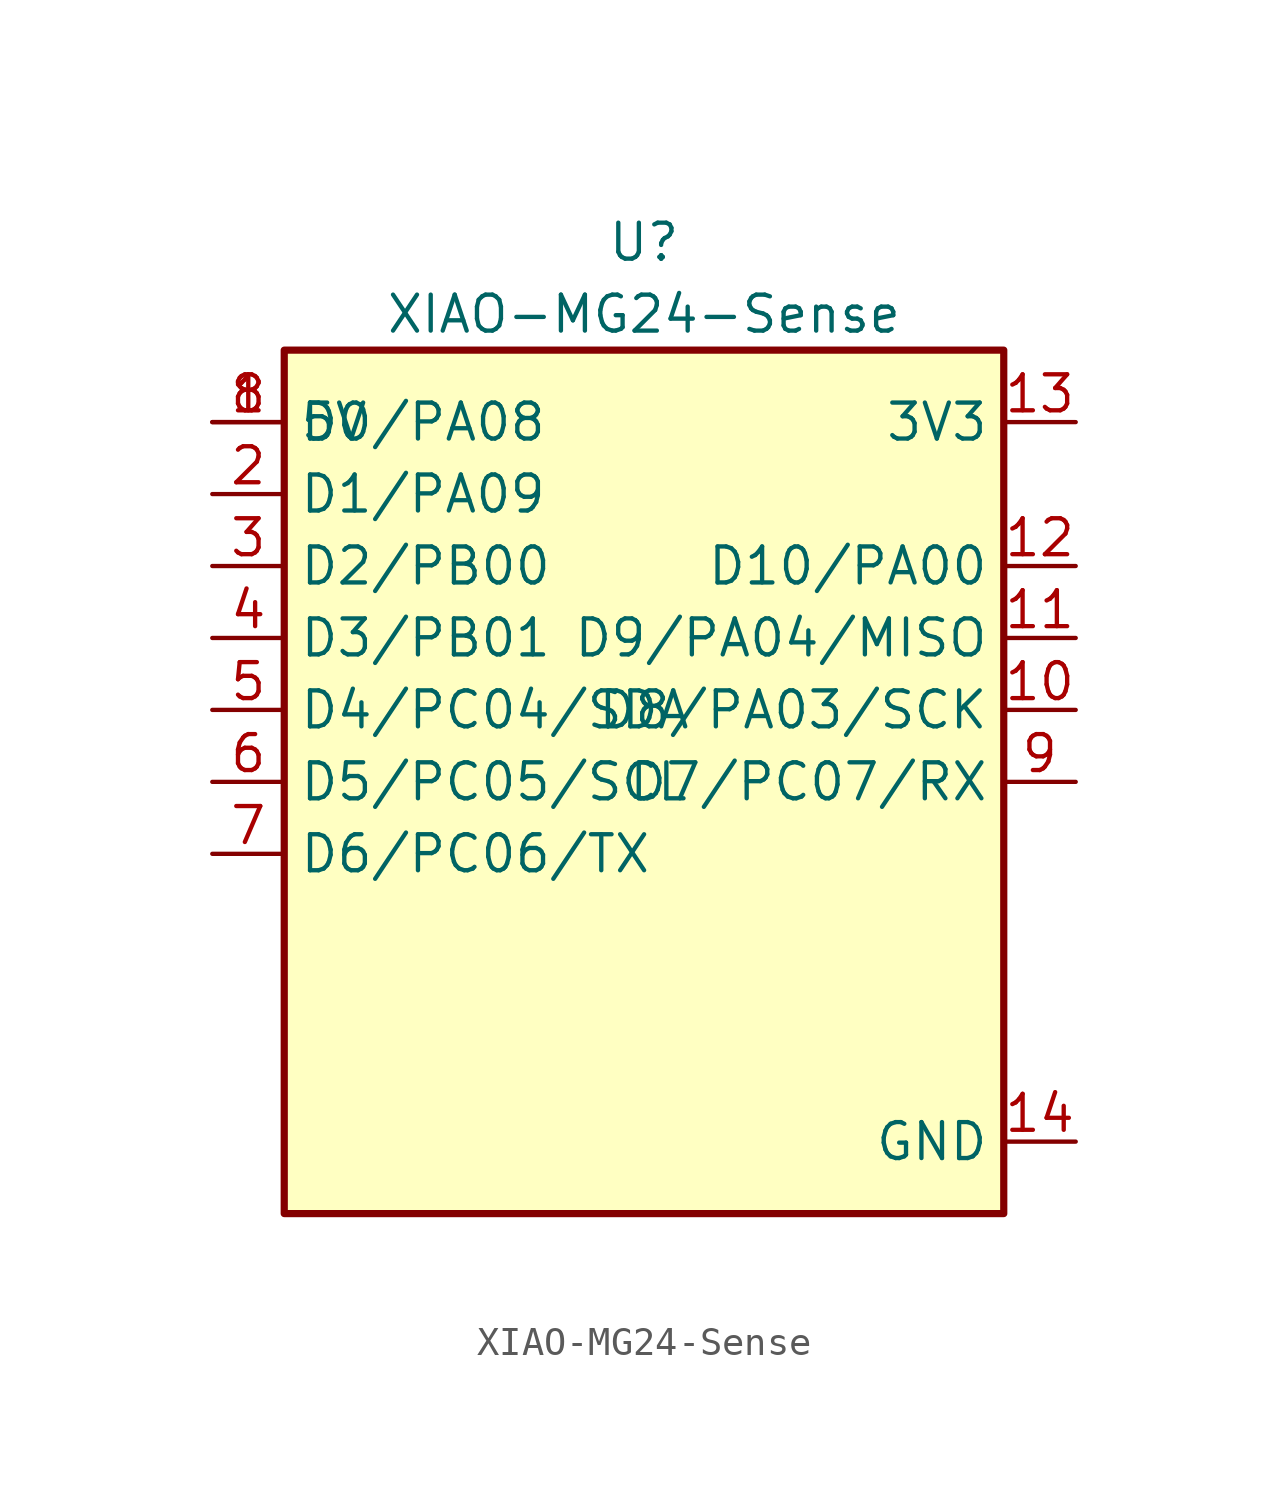
<source format=kicad_sym>
(kicad_symbol_lib
  (version 20231120)
  (generator "kicad_symbol_editor")
  (generator_version "9.0")
  (symbol "XIAO-MG24-Sense"
    (property "Reference" "U"
      (at 0 19.05 0)
      (effects (font (size 1.27 1.27))))
    (property "Value" "XIAO-MG24-Sense"
      (at 0 16.51 0)
      (effects (font (size 1.27 1.27))))
    (symbol "XIAO-MG24-Sense_0_1"
      (rectangle (start -12.7 15.24) (end 12.7 -15.24) (stroke (width 0.254) (type default)) (fill (type background))))
    (symbol "XIAO-MG24-Sense_1_1"
      (pin bidirectional line (at -15.24 12.7 0) (length 2.54) (name "D0/PA08" (effects (font (size 1.27 1.27)))) (number "1" (effects (font (size 1.27 1.27)))))
      (pin bidirectional line (at 15.24 2.54 180) (length 2.54) (name "D8/PA03/SCK" (effects (font (size 1.27 1.27)))) (number "10" (effects (font (size 1.27 1.27)))))
      (pin bidirectional line (at 15.24 5.08 180) (length 2.54) (name "D9/PA04/MISO" (effects (font (size 1.27 1.27)))) (number "11" (effects (font (size 1.27 1.27)))))
      (pin bidirectional line (at 15.24 7.62 180) (length 2.54) (name "D10/PA00" (effects (font (size 1.27 1.27)))) (number "12" (effects (font (size 1.27 1.27)))))
      (pin power_in line (at 15.24 12.7 180) (length 2.54) (name "3V3" (effects (font (size 1.27 1.27)))) (number "13" (effects (font (size 1.27 1.27)))))
      (pin power_in line (at 15.24 -12.7 180) (length 2.54) (name "GND" (effects (font (size 1.27 1.27)))) (number "14" (effects (font (size 1.27 1.27)))))
      (pin bidirectional line (at -15.24 10.16 0) (length 2.54) (name "D1/PA09" (effects (font (size 1.27 1.27)))) (number "2" (effects (font (size 1.27 1.27)))))
      (pin bidirectional line (at -15.24 7.62 0) (length 2.54) (name "D2/PB00" (effects (font (size 1.27 1.27)))) (number "3" (effects (font (size 1.27 1.27)))))
      (pin bidirectional line (at -15.24 5.08 0) (length 2.54) (name "D3/PB01" (effects (font (size 1.27 1.27)))) (number "4" (effects (font (size 1.27 1.27)))))
      (pin bidirectional line (at -15.24 2.54 0) (length 2.54) (name "D4/PC04/SDA" (effects (font (size 1.27 1.27)))) (number "5" (effects (font (size 1.27 1.27)))))
      (pin bidirectional line (at -15.24 0 0) (length 2.54) (name "D5/PC05/SCL" (effects (font (size 1.27 1.27)))) (number "6" (effects (font (size 1.27 1.27)))))
      (pin bidirectional line (at -15.24 -2.54 0) (length 2.54) (name "D6/PC06/TX" (effects (font (size 1.27 1.27)))) (number "7" (effects (font (size 1.27 1.27)))))
      (pin power_in line (at -15.24 12.7 0) (length 2.54) (name "5V" (effects (font (size 1.27 1.27)))) (number "8" (effects (font (size 1.27 1.27)))))
      (pin bidirectional line (at 15.24 0 180) (length 2.54) (name "D7/PC07/RX" (effects (font (size 1.27 1.27)))) (number "9" (effects (font (size 1.27 1.27))))))))
</source>
